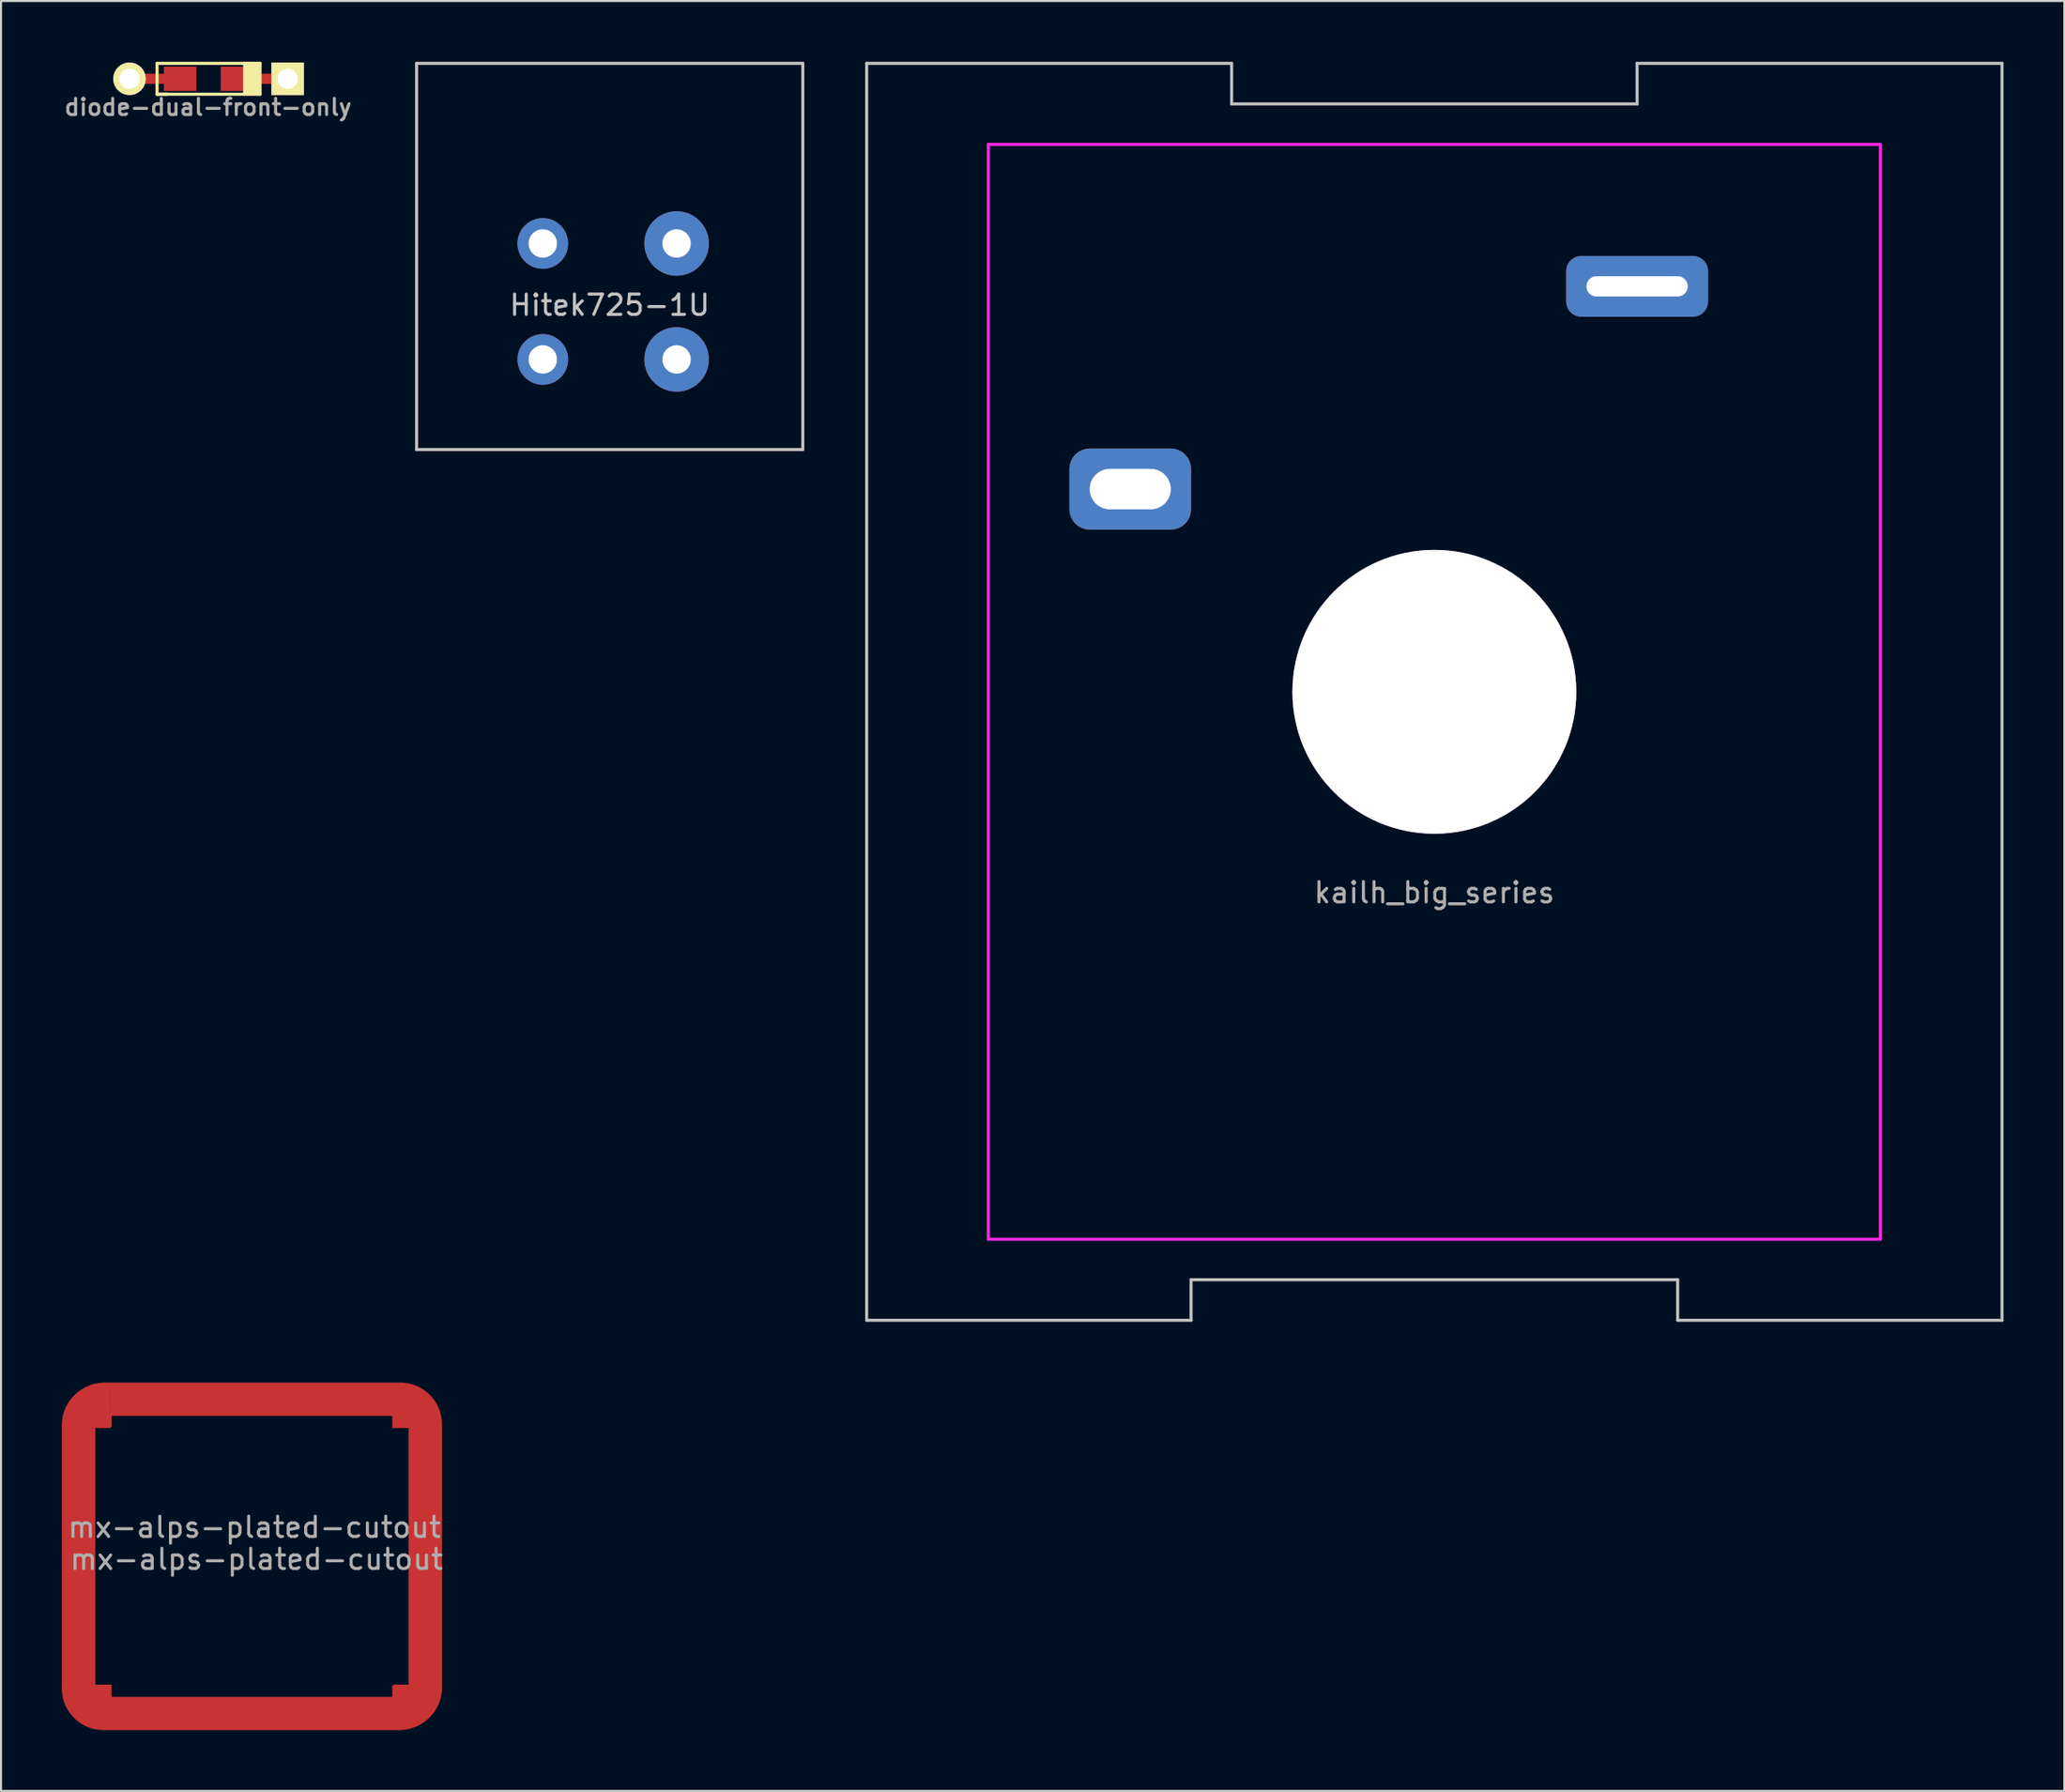
<source format=kicad_pcb>
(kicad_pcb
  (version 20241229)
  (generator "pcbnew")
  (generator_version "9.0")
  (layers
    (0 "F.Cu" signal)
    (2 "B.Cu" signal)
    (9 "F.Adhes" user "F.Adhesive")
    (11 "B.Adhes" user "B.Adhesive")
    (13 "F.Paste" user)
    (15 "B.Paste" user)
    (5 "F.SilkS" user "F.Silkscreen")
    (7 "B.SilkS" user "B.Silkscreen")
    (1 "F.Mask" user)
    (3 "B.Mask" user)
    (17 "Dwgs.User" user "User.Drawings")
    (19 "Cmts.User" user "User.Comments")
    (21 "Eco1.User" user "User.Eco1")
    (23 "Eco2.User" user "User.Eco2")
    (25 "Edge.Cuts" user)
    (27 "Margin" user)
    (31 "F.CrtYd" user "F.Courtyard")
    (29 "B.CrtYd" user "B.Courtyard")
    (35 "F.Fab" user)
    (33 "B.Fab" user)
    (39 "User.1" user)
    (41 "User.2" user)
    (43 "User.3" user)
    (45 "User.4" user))
  (footprint "kailh_big_series"
    (layer "F.Cu")
    (at 67.698 31.075)
    (property "Reference" "kailh_big_series" (at 0 9.906 0) (layer "F.Fab") (effects (font (size 1 1) (thickness 0.15))))
    (attr through_hole)
    (fp_line (start -28 -31) (end -28 31) (stroke (width 0.15) (type solid)) (layer "Dwgs.User"))
    (fp_line (start -12 29) (end -12 31) (stroke (width 0.15) (type solid)) (layer "Dwgs.User"))
    (fp_line (start -12 31) (end -28 31) (stroke (width 0.15) (type solid)) (layer "Dwgs.User"))
    (fp_line (start -10 -31) (end -28 -31) (stroke (width 0.15) (type solid)) (layer "Dwgs.User"))
    (fp_line (start -10 -29) (end -10 -31) (stroke (width 0.15) (type solid)) (layer "Dwgs.User"))
    (fp_line (start 10 -31) (end 10 -29) (stroke (width 0.15) (type solid)) (layer "Dwgs.User"))
    (fp_line (start 10 -29) (end -10 -29) (stroke (width 0.15) (type solid)) (layer "Dwgs.User"))
    (fp_line (start 12 29) (end -12 29) (stroke (width 0.15) (type solid)) (layer "Dwgs.User"))
    (fp_line (start 12 31) (end 12 29) (stroke (width 0.15) (type solid)) (layer "Dwgs.User"))
    (fp_line (start 12 31) (end 28 31) (stroke (width 0.15) (type solid)) (layer "Dwgs.User"))
    (fp_line (start 28 -31) (end 10 -31) (stroke (width 0.15) (type solid)) (layer "Dwgs.User"))
    (fp_line (start 28 31) (end 28 -31) (stroke (width 0.15) (type solid)) (layer "Dwgs.User"))
    (fp_line (start -22 -27) (end -22 27) (stroke (width 0.15) (type solid)) (layer "F.CrtYd"))
    (fp_line (start 22 -27) (end -22 -27) (stroke (width 0.15) (type solid)) (layer "F.CrtYd"))
    (fp_line (start 22 27) (end -22 27) (stroke (width 0.15) (type solid)) (layer "F.CrtYd"))
    (fp_line (start 22 27) (end 22 -27) (stroke (width 0.15) (type solid)) (layer "F.CrtYd"))
    (pad "" thru_hole circle (at 0 0) (size 14 14) (drill 14) (layers "*.Cu" "*.Mask"))
    (pad "1" thru_hole roundrect (at -15 -10) (size 6 4) (drill oval 4 2) (layers "*.Cu" "*.Mask") (roundrect_rratio 0.25))
    (pad "2" thru_hole roundrect (at 10 -20) (size 7 3) (drill oval 5 1) (layers "*.Cu" "*.Mask") (roundrect_rratio 0.25)))
  (footprint "Hitek725-1U"
    (layer "F.Cu")
    (at 27.023 9.6)
    (property "Reference" "Hitek725-1U" (at 0 2.4 0) (layer "Dwgs.User") (effects (font (size 1 1) (thickness 0.15))))
    (attr through_hole)
    (fp_line (start -9.525 -9.525) (end 9.525 -9.525) (stroke (width 0.15) (type solid)) (layer "Dwgs.User"))
    (fp_line (start -9.525 9.525) (end -9.525 -9.525) (stroke (width 0.15) (type solid)) (layer "Dwgs.User"))
    (fp_line (start 9.525 -9.525) (end 9.525 9.525) (stroke (width 0.15) (type solid)) (layer "Dwgs.User"))
    (fp_line (start 9.525 9.525) (end -9.525 9.525) (stroke (width 0.15) (type solid)) (layer "Dwgs.User"))
    (pad "1" thru_hole circle (at -3.3 -0.64) (size 2.5 2.5) (drill 1.4) (layers "*.Cu" "B.Mask"))
    (pad "1" thru_hole circle (at -3.3 5.08) (size 2.5 2.5) (drill 1.4) (layers "*.Cu" "B.Mask"))
    (pad "2" thru_hole circle (at 3.3 -0.64) (size 3.18 3.18) (drill 1.4) (layers "*.Cu" "B.Mask"))
    (pad "2" thru_hole circle (at 3.3 5.08) (size 3.18 3.18) (drill 1.4) (layers "*.Cu" "B.Mask")))
  (footprint "mx-alps-plated-cutout"
    (layer "F.Cu")
    (at 9.551 72.743)
    (property "Reference" "mx-alps-plated-cutout" (at 0.05 1.12 0) (layer "F.Fab") (effects (font (size 1 1) (thickness 0.15))))
    (attr through_hole)
    (fp_line (start -9.501 -5.503) (end -9.501 7.496) (stroke (width 0.1) (type solid)) (layer "F.Cu"))
    (fp_line (start -9.451 -5.543) (end -9.451 7.456) (stroke (width 0.1) (type solid)) (layer "F.Cu"))
    (fp_line (start -8.001 -5.404) (end -8.001 7.397) (stroke (width 0.1) (type solid)) (layer "F.Cu"))
    (fp_line (start -8.001 7.397) (end -7.201 7.397) (stroke (width 0.1) (type solid)) (layer "F.Cu"))
    (fp_line (start -7.951 -5.444) (end -7.951 7.357) (stroke (width 0.1) (type solid)) (layer "F.Cu"))
    (fp_line (start -7.951 7.357) (end -7.151 7.357) (stroke (width 0.1) (type solid)) (layer "F.Cu"))
    (fp_line (start -7.501 -7.503) (end 7.099 -7.503) (stroke (width 0.1) (type solid)) (layer "F.Cu"))
    (fp_line (start -7.501 9.496) (end 7.099 9.496) (stroke (width 0.1) (type solid)) (layer "F.Cu"))
    (fp_line (start -7.451 -7.543) (end 7.149 -7.543) (stroke (width 0.1) (type solid)) (layer "F.Cu"))
    (fp_line (start -7.451 9.456) (end 7.149 9.456) (stroke (width 0.1) (type solid)) (layer "F.Cu"))
    (fp_line (start -7.201 -6.003) (end -7.201 -5.404) (stroke (width 0.1) (type solid)) (layer "F.Cu"))
    (fp_line (start -7.201 -5.404) (end -8.001 -5.404) (stroke (width 0.1) (type solid)) (layer "F.Cu"))
    (fp_line (start -7.201 7.397) (end -7.201 7.996) (stroke (width 0.1) (type solid)) (layer "F.Cu"))
    (fp_line (start -7.201 7.996) (end 6.799 7.996) (stroke (width 0.1) (type solid)) (layer "F.Cu"))
    (fp_line (start -7.151 -6.043) (end -7.151 -5.444) (stroke (width 0.1) (type solid)) (layer "F.Cu"))
    (fp_line (start -7.151 -5.444) (end -7.951 -5.444) (stroke (width 0.1) (type solid)) (layer "F.Cu"))
    (fp_line (start -7.151 7.357) (end -7.151 7.956) (stroke (width 0.1) (type solid)) (layer "F.Cu"))
    (fp_line (start -7.151 7.956) (end 6.849 7.956) (stroke (width 0.1) (type solid)) (layer "F.Cu"))
    (fp_line (start 6.799 -6.003) (end -7.201 -6.003) (stroke (width 0.1) (type solid)) (layer "F.Cu"))
    (fp_line (start 6.799 -5.404) (end 6.799 -6.003) (stroke (width 0.1) (type solid)) (layer "F.Cu"))
    (fp_line (start 6.799 7.397) (end 7.6 7.397) (stroke (width 0.1) (type solid)) (layer "F.Cu"))
    (fp_line (start 6.799 7.996) (end 6.799 7.397) (stroke (width 0.1) (type solid)) (layer "F.Cu"))
    (fp_line (start 6.849 -6.043) (end -7.151 -6.043) (stroke (width 0.1) (type solid)) (layer "F.Cu"))
    (fp_line (start 6.849 -5.444) (end 6.849 -6.043) (stroke (width 0.1) (type solid)) (layer "F.Cu"))
    (fp_line (start 6.849 7.357) (end 7.65 7.357) (stroke (width 0.1) (type solid)) (layer "F.Cu"))
    (fp_line (start 6.849 7.956) (end 6.849 7.357) (stroke (width 0.1) (type solid)) (layer "F.Cu"))
    (fp_line (start 7.6 -5.404) (end 6.799 -5.404) (stroke (width 0.1) (type solid)) (layer "F.Cu"))
    (fp_line (start 7.6 7.397) (end 7.6 -5.404) (stroke (width 0.1) (type solid)) (layer "F.Cu"))
    (fp_line (start 7.65 -5.444) (end 6.849 -5.444) (stroke (width 0.1) (type solid)) (layer "F.Cu"))
    (fp_line (start 7.65 7.357) (end 7.65 -5.444) (stroke (width 0.1) (type solid)) (layer "F.Cu"))
    (fp_line (start 9.099 -5.503) (end 9.099 7.496) (stroke (width 0.1) (type solid)) (layer "F.Cu"))
    (fp_line (start 9.149 -5.543) (end 9.149 7.456) (stroke (width 0.1) (type solid)) (layer "F.Cu"))
    (fp_arc (start -9.501457 -5.502962) (mid -8.915671 -6.917176) (end -7.501457 -7.502962) (stroke (width 0.1) (type solid)) (layer "F.Cu"))
    (fp_arc (start -9.451457 -5.542962) (mid -8.865671 -6.957176) (end -7.451457 -7.542962) (stroke (width 0.1) (type solid)) (layer "F.Cu"))
    (fp_arc (start -7.501457 9.496238) (mid -8.915671 8.910452) (end -9.501457 7.496238) (stroke (width 0.1) (type solid)) (layer "F.Cu"))
    (fp_arc (start -7.451457 9.456238) (mid -8.865671 8.870452) (end -9.451457 7.456238) (stroke (width 0.1) (type solid)) (layer "F.Cu"))
    (fp_arc (start 7.099333 -7.502962) (mid 8.513547 -6.917176) (end 9.099333 -5.502962) (stroke (width 0.1) (type solid)) (layer "F.Cu"))
    (fp_arc (start 7.149333 -7.542962) (mid 8.563547 -6.957176) (end 9.149333 -5.542962) (stroke (width 0.1) (type solid)) (layer "F.Cu"))
    (fp_arc (start 9.099333 7.496238) (mid 8.513547 8.910452) (end 7.099333 9.496238) (stroke (width 0.1) (type solid)) (layer "F.Cu"))
    (fp_arc (start 9.149333 7.456238) (mid 8.563547 8.870452) (end 7.149333 9.456238) (stroke (width 0.1) (type solid)) (layer "F.Cu"))
    (fp_poly (pts (xy -7.15 -5.43) (xy -9.47 -5.45) (xy -9.4 -6.04) (xy -9.1 -6.68) (xy -8.82 -7.03) (xy -8.41 -7.28) (xy -7.76 -7.52) (xy -7.16 -7.56)) (stroke (width 0.01) (type solid)) (fill yes) (layer "F.Cu"))
    (fp_poly (pts (xy 7.72 -7.47) (xy 8.32 -7.19) (xy 8.74 -6.77) (xy 9.05 -6.12) (xy 9.15 -5.61) (xy 9.16 -4.72) (xy 9.16 7.57) (xy 9 8.26) (xy 8.59 8.9) (xy 7.87 9.36) (xy 6.6 9.48) (xy -7.57 9.45) (xy -8.08 9.37) (xy -8.65 9.07) (xy -9.03 8.69) (xy -9.27 8.29) (xy -9.4 7.93) (xy -9.45 7.17) (xy -9.45 2.59) (xy -9.46 -5.54) (xy -7.95 -5.45) (xy -7.95 7.36) (xy -7.16 7.36) (xy -7.15 7.95) (xy 6.84 7.95) (xy 6.85 7.36) (xy 7.66 7.35) (xy 7.65 -5.43) (xy 6.85 -5.44) (xy 6.85 -6.03) (xy -7.16 -6.03) (xy -7.16 -7.55) (xy 7.19 -7.56)) (stroke (width 0.01) (type solid)) (fill yes) (layer "F.Cu"))
    (fp_poly (pts (xy -7.2 -5.39) (xy -9.52 -5.41) (xy -9.45 -6) (xy -9.15 -6.64) (xy -8.87 -6.99) (xy -8.46 -7.24) (xy -7.81 -7.48) (xy -7.21 -7.52)) (stroke (width 0.01) (type solid)) (fill yes) (layer "F.Mask"))
    (fp_poly (pts (xy 7.67 -7.43) (xy 8.27 -7.15) (xy 8.69 -6.73) (xy 9 -6.08) (xy 9.1 -5.57) (xy 9.11 -4.68) (xy 9.11 7.61) (xy 8.95 8.3) (xy 8.54 8.94) (xy 7.82 9.4) (xy 6.55 9.52) (xy -7.62 9.49) (xy -8.13 9.41) (xy -8.7 9.11) (xy -9.08 8.73) (xy -9.32 8.33) (xy -9.45 7.97) (xy -9.5 7.21) (xy -9.5 2.63) (xy -9.51 -5.5) (xy -8 -5.41) (xy -8 7.4) (xy -7.21 7.4) (xy -7.2 7.99) (xy 6.79 7.99) (xy 6.8 7.4) (xy 7.61 7.39) (xy 7.6 -5.39) (xy 6.8 -5.4) (xy 6.8 -5.99) (xy -7.21 -5.99) (xy -7.21 -7.51) (xy 7.14 -7.52)) (stroke (width 0.01) (type solid)) (fill yes) (layer "F.Mask"))
    (fp_text user "mx-alps-plated-cutout" (at -0.05 -0.46 0) (layer "F.Fab") (effects (font (size 1 1) (thickness 0.15)))))
  (footprint "diode-dual-front-only"
    (layer "F.Cu")
    (at 7.237 0.837)
    (property "Reference" "diode-dual-front-only" (at -0.025 1.4 180) (layer "F.Fab") (effects (font (size 0.8 0.8) (thickness 0.15))))
    (attr smd)
    (fp_line (start -2.54 -0.762) (end -2.54 0.762) (stroke (width 0.15) (type solid)) (layer "F.SilkS"))
    (fp_line (start -2.54 0.762) (end -2.032 0.762) (stroke (width 0.15) (type solid)) (layer "F.SilkS"))
    (fp_line (start -2.54 0.762) (end 2.54 0.762) (stroke (width 0.15) (type solid)) (layer "F.SilkS"))
    (fp_line (start 1.778 0.762) (end 1.778 -0.762) (stroke (width 0.15) (type solid)) (layer "F.SilkS"))
    (fp_line (start 1.905 0.762) (end 1.905 -0.762) (stroke (width 0.15) (type solid)) (layer "F.SilkS"))
    (fp_line (start 2.032 -0.762) (end 2.032 0.762) (stroke (width 0.15) (type solid)) (layer "F.SilkS"))
    (fp_line (start 2.159 0.762) (end 2.159 -0.762) (stroke (width 0.15) (type solid)) (layer "F.SilkS"))
    (fp_line (start 2.286 -0.762) (end 2.286 0.762) (stroke (width 0.15) (type solid)) (layer "F.SilkS"))
    (fp_line (start 2.413 0.762) (end 2.413 -0.762) (stroke (width 0.15) (type solid)) (layer "F.SilkS"))
    (fp_line (start 2.54 -0.762) (end -2.54 -0.762) (stroke (width 0.15) (type solid)) (layer "F.SilkS"))
    (fp_line (start 2.54 0.762) (end 2.54 -0.762) (stroke (width 0.15) (type solid)) (layer "F.SilkS"))
    (pad "1" smd rect (at 1.4 0) (size 1.6 1.2) (layers "F.Cu" "F.Mask" "F.Paste"))
    (pad "1" smd rect (at 2.5 0) (size 2.9 0.5) (layers "F.Cu"))
    (pad "1" thru_hole rect (at 3.9 0) (size 1.6 1.6) (drill 1) (layers "*.Cu" "*.Mask" "F.SilkS"))
    (pad "2" thru_hole circle (at -3.9 0) (size 1.6 1.6) (drill 1) (layers "*.Cu" "*.Mask" "F.SilkS"))
    (pad "2" smd rect (at -2.5 0) (size 2.9 0.5) (layers "F.Cu"))
    (pad "2" smd rect (at -1.4 0) (size 1.6 1.2) (layers "F.Cu" "F.Mask" "F.Paste")))
  (gr_rect
    (start -3 -3)
    (end 98.773 85.289)
    (stroke (width 0.1) (type default))
    (fill no)
    (layer "Edge.Cuts")))
</source>
